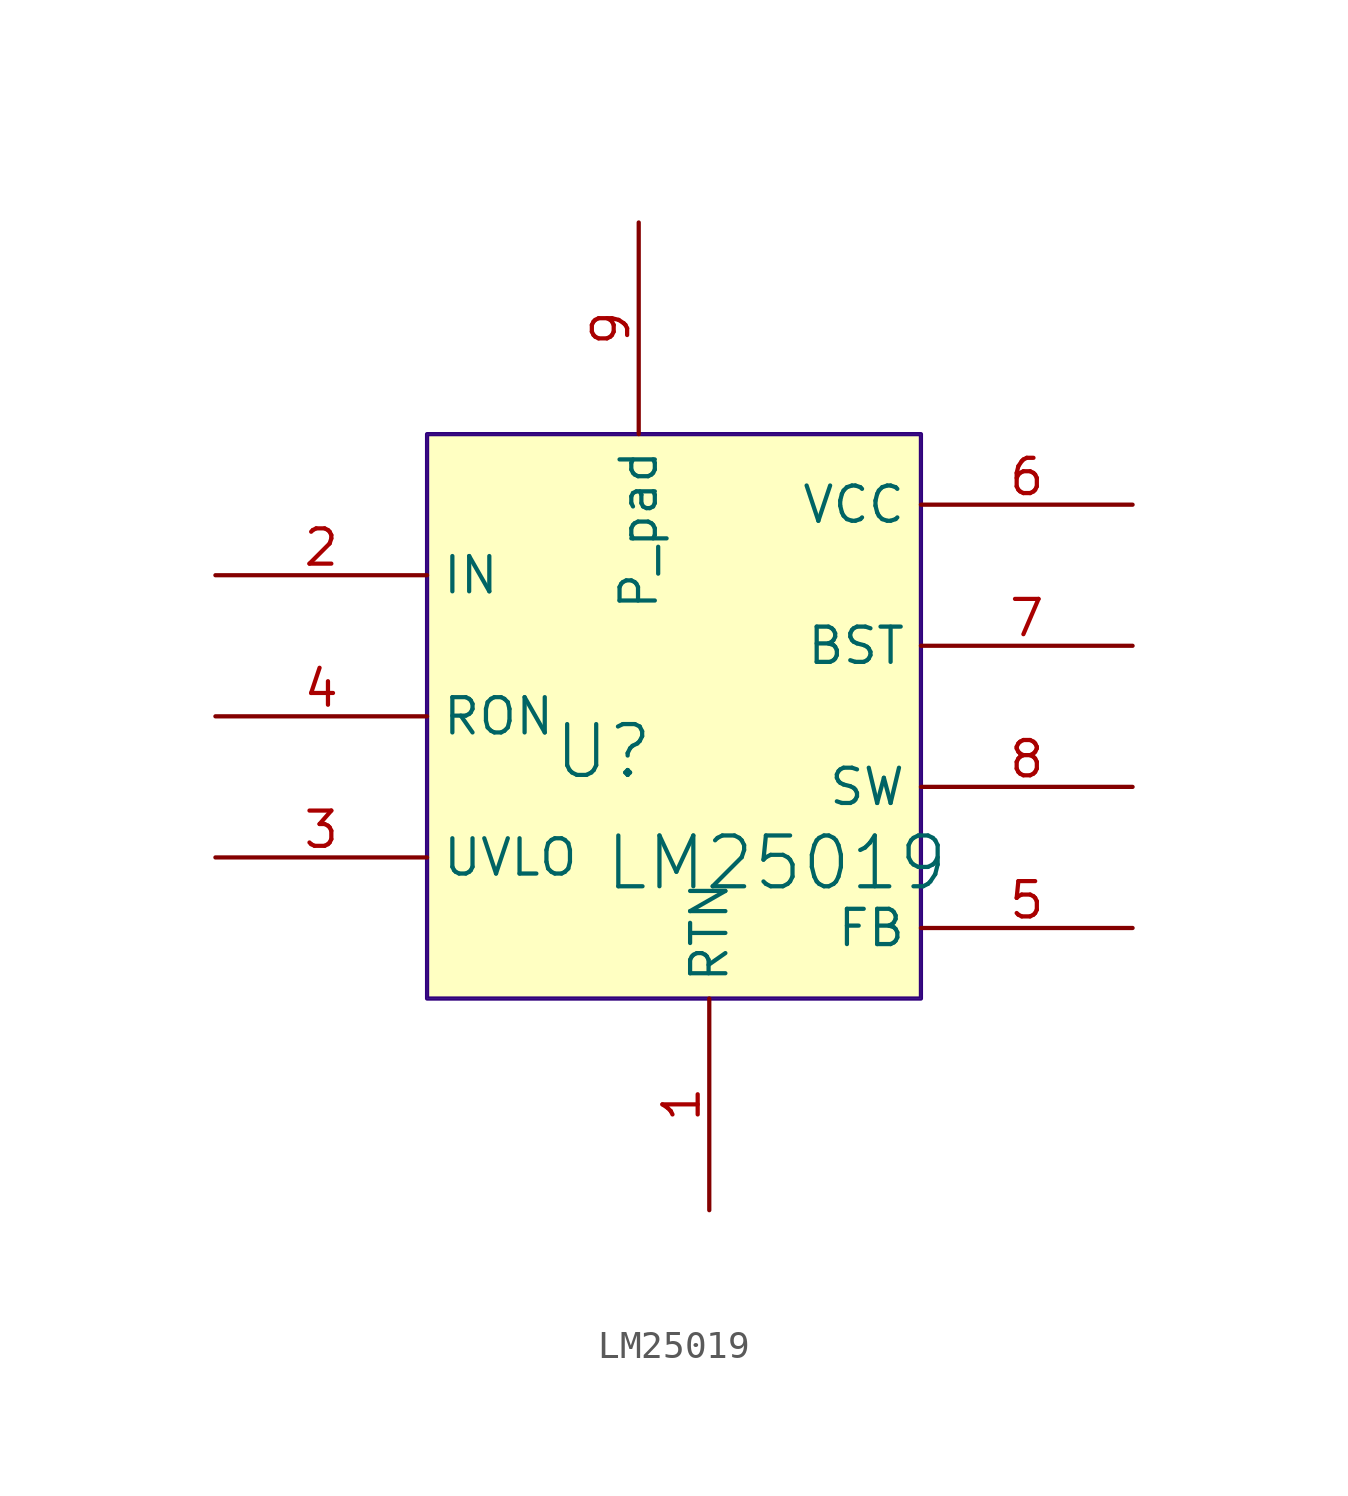
<source format=kicad_sym>
(kicad_symbol_lib
  (version 20241209)
  (generator "kicad_symbol_editor")
  (generator_version "9.0")
  (symbol "LM25019"
    (property "Reference" "U"
      (at -1.27 1.27 0)
      (effects (font (size 1.829 1.829))))
    (property "Value" "LM25019"
      (at -1.27 -3.81 0)
      (effects (font (size 1.829 1.829)) (justify left bottom)))
    (symbol "LM25019_1_0"
      (polyline (pts (xy -7.62 -7.62) (xy -7.62 12.7) (xy 10.16 12.7) (xy 10.16 -7.62) (xy -7.62 -7.62)) (stroke (width 0) (type solid) (color 48 0 123 1)) (fill (type none)))
      (rectangle (start 10.16 12.7) (end -7.62 -7.62) (stroke (width 0.025) (type solid) (color 66 28 139 1)) (fill (type background)))
      (pin passive line (at -15.24 7.62 0) (length 7.62) (name "IN" (effects (font (size 1.27 1.27)))) (number "2" (effects (font (size 1.27 1.27)))))
      (pin passive line (at -15.24 2.54 0) (length 7.62) (name "RON" (effects (font (size 1.27 1.27)))) (number "4" (effects (font (size 1.27 1.27)))))
      (pin passive line (at -15.24 -2.54 0) (length 7.62) (name "UVLO" (effects (font (size 1.27 1.27)))) (number "3" (effects (font (size 1.27 1.27)))))
      (pin passive line (at 0 20.32 270) (length 7.62) (name "P_pad" (effects (font (size 1.27 1.27)))) (number "9" (effects (font (size 1.27 1.27)))))
      (pin passive line (at 2.54 -15.24 90) (length 7.62) (name "RTN" (effects (font (size 1.27 1.27)))) (number "1" (effects (font (size 1.27 1.27)))))
      (pin passive line (at 17.78 10.16 180) (length 7.62) (name "VCC" (effects (font (size 1.27 1.27)))) (number "6" (effects (font (size 1.27 1.27)))))
      (pin passive line (at 17.78 5.08 180) (length 7.62) (name "BST" (effects (font (size 1.27 1.27)))) (number "7" (effects (font (size 1.27 1.27)))))
      (pin passive line (at 17.78 0 180) (length 7.62) (name "SW" (effects (font (size 1.27 1.27)))) (number "8" (effects (font (size 1.27 1.27)))))
      (pin passive line (at 17.78 -5.08 180) (length 7.62) (name "FB" (effects (font (size 1.27 1.27)))) (number "5" (effects (font (size 1.27 1.27))))))))
</source>
